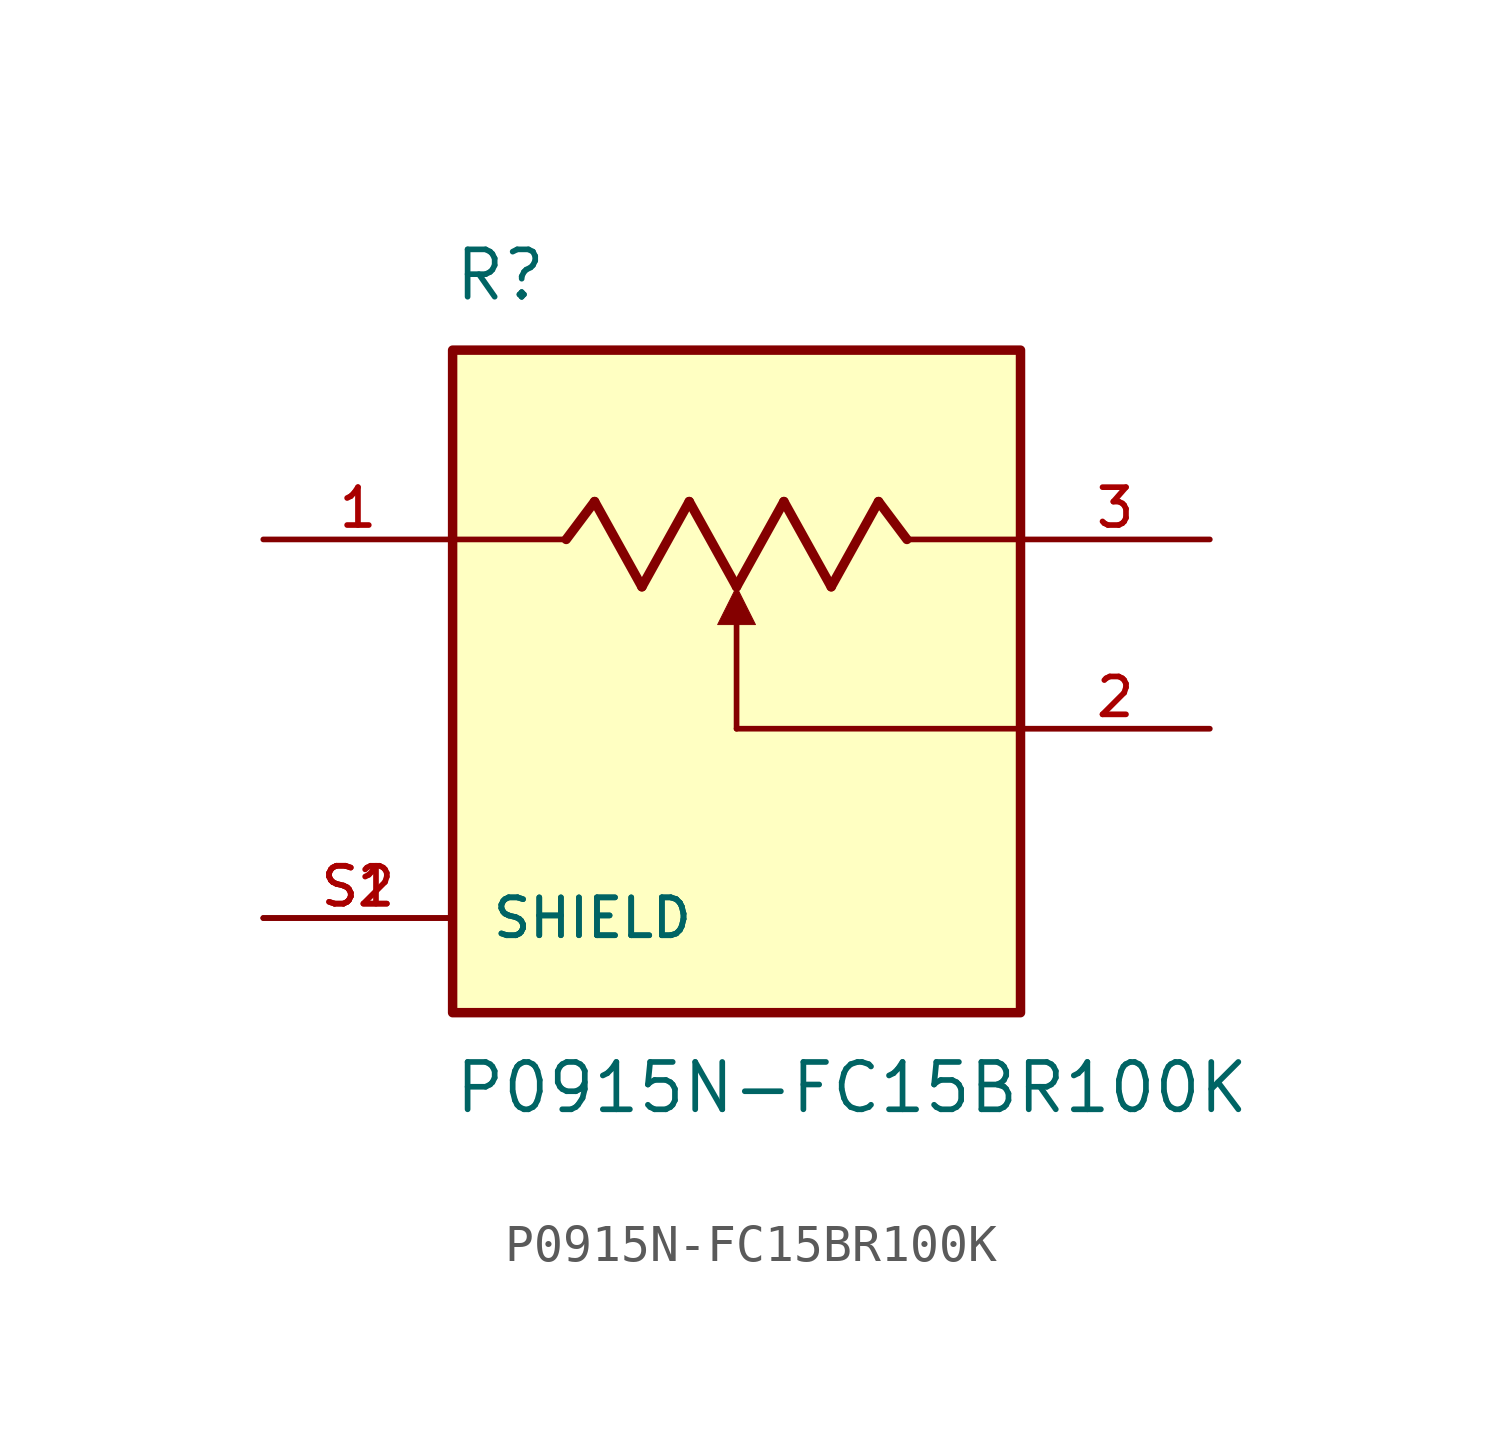
<source format=kicad_sym>
(kicad_symbol_lib
  (version 20211014)
  (generator kicad_symbol_editor)
  (symbol "P0915N-FC15BR100K"
    (pin_names
      (offset 1.016))
    (property "Reference" "R"
      (at -7.62 8.89 0)
      (effects (font (size 1.27 1.27)) (justify bottom left)))
    (property "Value" "P0915N-FC15BR100K"
      (at -7.62 -11.43 0)
      (effects (font (size 1.27 1.27)) (justify top left)))
    (symbol "P0915N-FC15BR100K_0_0"
      (polyline (pts (xy -7.62 2.54) (xy -4.572 2.54)) (stroke (width 0.152)))
      (polyline (pts (xy -4.572 2.54) (xy -3.81 3.556)) (stroke (width 0.254)))
      (polyline (pts (xy -3.81 3.556) (xy -2.54 1.27)) (stroke (width 0.254)))
      (polyline (pts (xy -2.54 1.27) (xy -1.27 3.556)) (stroke (width 0.254)))
      (polyline (pts (xy -1.27 3.556) (xy 0.0 1.27)) (stroke (width 0.254)))
      (polyline (pts (xy 0.0 1.27) (xy 1.27 3.556)) (stroke (width 0.254)))
      (polyline (pts (xy 1.27 3.556) (xy 2.54 1.27)) (stroke (width 0.254)))
      (polyline (pts (xy 2.54 1.27) (xy 3.81 3.556)) (stroke (width 0.254)))
      (polyline (pts (xy 3.81 3.556) (xy 4.572 2.54)) (stroke (width 0.254)))
      (polyline (pts (xy 4.572 2.54) (xy 7.62 2.54)) (stroke (width 0.152)))
      (polyline (pts (xy 7.62 -2.54) (xy 0.0 -2.54)) (stroke (width 0.152)))
      (polyline (pts (xy 0.0 -2.54) (xy 0.0 0.254)) (stroke (width 0.152)))
      (polyline (pts (xy -0.508 0.254) (xy 0.508 0.254) (xy 0.0 1.27) (xy -0.508 0.254)) (stroke (width 0.025)) (fill (type outline)))
      (rectangle (start -7.62 -10.16) (end 7.62 7.62) (stroke (width 0.254)) (fill (type background)))
      (pin passive line (at -12.7 2.54 0) (length 5.08) (name "~" (effects (font (size 1.016 1.016)))) (number "1" (effects (font (size 1.016 1.016)))))
      (pin passive line (at 12.7 2.54 180.0) (length 5.08) (name "~" (effects (font (size 1.016 1.016)))) (number "3" (effects (font (size 1.016 1.016)))))
      (pin passive line (at 12.7 -2.54 180.0) (length 5.08) (name "~" (effects (font (size 1.016 1.016)))) (number "2" (effects (font (size 1.016 1.016)))))
      (pin passive line (at -12.7 -7.62 0) (length 5.08) (name "SHIELD" (effects (font (size 1.016 1.016)))) (number "S1" (effects (font (size 1.016 1.016)))))
      (pin passive line (at -12.7 -7.62 0) (length 5.08) (name "SHIELD" (effects (font (size 1.016 1.016)))) (number "S2" (effects (font (size 1.016 1.016))))))))
</source>
